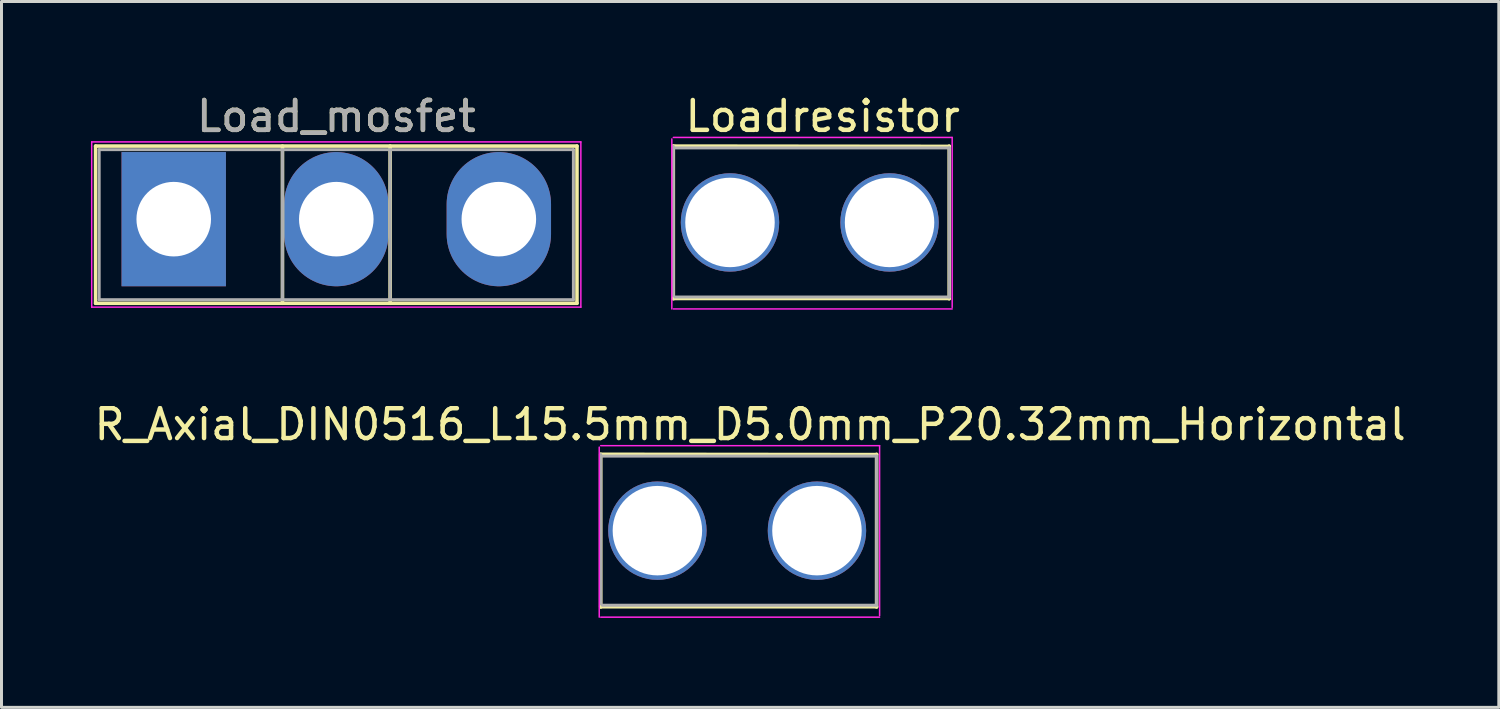
<source format=kicad_pcb>
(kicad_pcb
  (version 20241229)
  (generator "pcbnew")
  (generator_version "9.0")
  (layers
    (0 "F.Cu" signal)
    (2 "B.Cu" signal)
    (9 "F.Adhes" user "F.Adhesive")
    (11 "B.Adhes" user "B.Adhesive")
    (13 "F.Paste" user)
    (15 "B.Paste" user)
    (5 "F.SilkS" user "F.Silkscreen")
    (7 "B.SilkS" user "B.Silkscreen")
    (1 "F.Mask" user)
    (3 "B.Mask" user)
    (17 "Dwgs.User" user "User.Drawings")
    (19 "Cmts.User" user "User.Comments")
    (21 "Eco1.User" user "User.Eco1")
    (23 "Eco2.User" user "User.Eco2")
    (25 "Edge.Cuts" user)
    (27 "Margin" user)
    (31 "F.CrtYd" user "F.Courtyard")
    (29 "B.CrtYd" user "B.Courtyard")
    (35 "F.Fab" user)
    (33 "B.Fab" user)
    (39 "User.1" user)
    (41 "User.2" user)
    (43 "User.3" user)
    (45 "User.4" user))
  (footprint "Load_mosfet"
    (layer "F.Cu")
    (at 2.775 4.298)
    (property "Reference" "Load_mosfet" (at 5.45 -3.45 0) (layer "F.SilkS") (effects (font (size 1 1) (thickness 0.15))))
    (attr through_hole)
    (fp_line (start -2.62 -2.451) (end -2.62 2.82) (stroke (width 0.12) (type solid)) (layer "F.SilkS"))
    (fp_line (start -2.62 -2.451) (end 13.52 -2.451) (stroke (width 0.12) (type solid)) (layer "F.SilkS"))
    (fp_line (start -2.62 2.82) (end 13.52 2.82) (stroke (width 0.12) (type solid)) (layer "F.SilkS"))
    (fp_line (start 3.646 -2.451) (end 3.646 2.82) (stroke (width 0.12) (type solid)) (layer "F.SilkS"))
    (fp_line (start 7.255 -2.451) (end 7.255 2.82) (stroke (width 0.12) (type solid)) (layer "F.SilkS"))
    (fp_line (start 13.52 -2.451) (end 13.52 2.82) (stroke (width 0.12) (type solid)) (layer "F.SilkS"))
    (fp_line (start -2.75 -2.59) (end -2.75 2.95) (stroke (width 0.05) (type solid)) (layer "F.CrtYd"))
    (fp_line (start -2.75 2.95) (end 13.65 2.95) (stroke (width 0.05) (type solid)) (layer "F.CrtYd"))
    (fp_line (start 13.65 -2.59) (end -2.75 -2.59) (stroke (width 0.05) (type solid)) (layer "F.CrtYd"))
    (fp_line (start 13.65 2.95) (end 13.65 -2.59) (stroke (width 0.05) (type solid)) (layer "F.CrtYd"))
    (fp_line (start -2.5 -2.33) (end -2.5 2.7) (stroke (width 0.1) (type solid)) (layer "F.Fab"))
    (fp_line (start -2.5 2.7) (end 13.4 2.7) (stroke (width 0.1) (type solid)) (layer "F.Fab"))
    (fp_line (start 3.645 -2.33) (end 3.645 2.7) (stroke (width 0.1) (type solid)) (layer "F.Fab"))
    (fp_line (start 7.255 -2.33) (end 7.255 2.7) (stroke (width 0.1) (type solid)) (layer "F.Fab"))
    (fp_line (start 13.4 -2.33) (end -2.5 -2.33) (stroke (width 0.1) (type solid)) (layer "F.Fab"))
    (fp_line (start 13.4 2.7) (end 13.4 -2.33) (stroke (width 0.1) (type solid)) (layer "F.Fab"))
    (fp_text user "${REFERENCE}" (at 5.45 -3.45 0) (layer "F.Fab") (effects (font (size 1 1) (thickness 0.15))))
    (pad "1" thru_hole rect (at 0 0) (size 3.5 4.5) (drill 2.5) (layers "*.Cu" "*.Mask"))
    (pad "2" thru_hole oval (at 5.45 0) (size 3.5 4.5) (drill 2.5) (layers "*.Cu" "*.Mask"))
    (pad "3" thru_hole oval (at 10.9 0) (size 3.5 4.5) (drill 2.5) (layers "*.Cu" "*.Mask")))
  (footprint "Loadresistor"
    (layer "F.Cu")
    (at 24.425 4.558)
    (property "Reference" "Loadresistor" (at 0.11 -3.71 0) (layer "F.SilkS") (effects (font (size 1 1) (thickness 0.15))))
    (attr through_hole)
    (fp_line (start -4.9 -2.71) (end -4.9 2.41) (stroke (width 0.12) (type solid)) (layer "F.SilkS"))
    (fp_line (start -4.9 2.4) (end 4.35 2.4) (stroke (width 0.12) (type solid)) (layer "F.SilkS"))
    (fp_line (start 4.35 -2.7) (end -4.9 -2.71) (stroke (width 0.12) (type solid)) (layer "F.SilkS"))
    (fp_line (start 4.35 2.41) (end 4.35 -2.71) (stroke (width 0.12) (type solid)) (layer "F.SilkS"))
    (fp_line (start -4.95 -2.95) (end -4.95 2.75) (stroke (width 0.05) (type solid)) (layer "F.CrtYd"))
    (fp_line (start -4.9 2.75) (end 4.45 2.75) (stroke (width 0.05) (type solid)) (layer "F.CrtYd"))
    (fp_line (start 4.45 -3) (end -4.9 -3) (stroke (width 0.05) (type solid)) (layer "F.CrtYd"))
    (fp_line (start 4.45 2.7) (end 4.45 -3) (stroke (width 0.05) (type solid)) (layer "F.CrtYd"))
    (fp_line (start -4.9 -2.7) (end -4.9 2.3) (stroke (width 0.1) (type solid)) (layer "F.Fab"))
    (fp_line (start -4.85 2.35) (end 4.35 2.35) (stroke (width 0.1) (type solid)) (layer "F.Fab"))
    (fp_line (start 4.35 -2.65) (end -4.9 -2.65) (stroke (width 0.1) (type solid)) (layer "F.Fab"))
    (fp_line (start 4.35 2.35) (end 4.35 -2.65) (stroke (width 0.1) (type solid)) (layer "F.Fab"))
    (pad "1" thru_hole circle (at -3 -0.15) (size 3.3 3.3) (drill 3) (layers "*.Cu" "*.Mask"))
    (pad "2" thru_hole circle (at 2.35 -0.15) (size 3.3 3.3) (drill 3) (layers "*.Cu" "*.Mask")))
  (footprint "R_Axial_DIN0516_L15.5mm_D5.0mm_P20.32mm_Horizontal"
    (layer "F.Cu")
    (at 11.941 14.742)
    (property "Reference" "R_Axial_DIN0516_L15.5mm_D5.0mm_P20.32mm_Horizontal" (at 10.16 -3.56 0) (layer "F.SilkS") (effects (font (size 1 1) (thickness 0.15))))
    (attr through_hole)
    (fp_line (start 5.15 -2.56) (end 5.15 2.56) (stroke (width 0.12) (type solid)) (layer "F.SilkS"))
    (fp_line (start 5.15 2.55) (end 14.4 2.55) (stroke (width 0.12) (type solid)) (layer "F.SilkS"))
    (fp_line (start 14.4 -2.55) (end 5.15 -2.56) (stroke (width 0.12) (type solid)) (layer "F.SilkS"))
    (fp_line (start 14.4 2.56) (end 14.4 -2.56) (stroke (width 0.12) (type solid)) (layer "F.SilkS"))
    (fp_line (start 5.1 -2.8) (end 5.1 2.9) (stroke (width 0.05) (type solid)) (layer "F.CrtYd"))
    (fp_line (start 5.15 2.9) (end 14.5 2.9) (stroke (width 0.05) (type solid)) (layer "F.CrtYd"))
    (fp_line (start 14.5 -2.85) (end 5.15 -2.85) (stroke (width 0.05) (type solid)) (layer "F.CrtYd"))
    (fp_line (start 14.5 2.85) (end 14.5 -2.85) (stroke (width 0.05) (type solid)) (layer "F.CrtYd"))
    (fp_line (start 5.15 -2.55) (end 5.15 2.45) (stroke (width 0.1) (type solid)) (layer "F.Fab"))
    (fp_line (start 5.2 2.5) (end 14.4 2.5) (stroke (width 0.1) (type solid)) (layer "F.Fab"))
    (fp_line (start 14.4 -2.5) (end 5.15 -2.5) (stroke (width 0.1) (type solid)) (layer "F.Fab"))
    (fp_line (start 14.4 2.5) (end 14.4 -2.5) (stroke (width 0.1) (type solid)) (layer "F.Fab"))
    (pad "1" thru_hole circle (at 7.05 0) (size 3.3 3.3) (drill 3) (layers "*.Cu" "*.Mask"))
    (pad "2" thru_hole circle (at 12.4 0) (size 3.3 3.3) (drill 3) (layers "*.Cu" "*.Mask")))
  (gr_rect
    (start -3 -3)
    (end 47.202 20.666)
    (stroke (width 0.1) (type default))
    (fill no)
    (layer "Edge.Cuts")))
</source>
